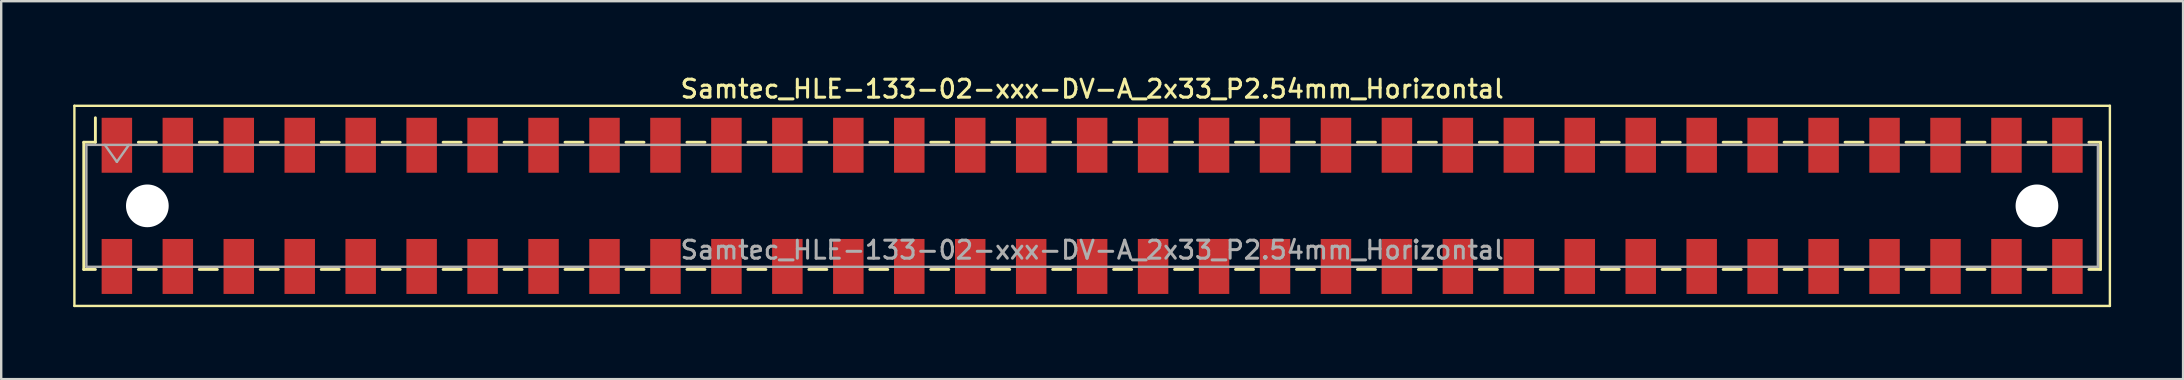
<source format=kicad_pcb>
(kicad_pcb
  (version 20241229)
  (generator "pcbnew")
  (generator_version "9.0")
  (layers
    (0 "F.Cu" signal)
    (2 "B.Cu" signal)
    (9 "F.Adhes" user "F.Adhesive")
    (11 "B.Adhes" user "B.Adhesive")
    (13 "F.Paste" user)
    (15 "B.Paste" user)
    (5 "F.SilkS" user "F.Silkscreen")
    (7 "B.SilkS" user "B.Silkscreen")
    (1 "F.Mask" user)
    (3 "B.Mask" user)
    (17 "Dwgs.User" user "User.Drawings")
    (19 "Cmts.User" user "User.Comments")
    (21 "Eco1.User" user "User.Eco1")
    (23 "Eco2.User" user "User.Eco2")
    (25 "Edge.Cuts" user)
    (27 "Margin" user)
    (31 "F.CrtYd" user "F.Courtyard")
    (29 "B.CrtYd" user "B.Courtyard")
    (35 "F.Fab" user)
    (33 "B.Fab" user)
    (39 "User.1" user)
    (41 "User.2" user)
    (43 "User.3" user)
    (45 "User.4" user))
  (footprint "Samtec_HLE-133-02-xxx-DV-A_2x33_P2.54mm_Horizontal"
    (layer "F.Cu")
    (at 42.46 5.528)
    (property "Reference" "Samtec_HLE-133-02-xxx-DV-A_2x33_P2.54mm_Horizontal" (at 0 -4.87 0) (layer "F.SilkS") (effects (font (size 0.75 0.75) (thickness 0.125))))
    (attr smd)
    (fp_line (start -42.41 -4.17) (end 42.41 -4.17) (stroke (width 0.1) (type solid)) (layer "F.SilkS"))
    (fp_line (start -42.41 4.17) (end -42.41 -4.17) (stroke (width 0.1) (type solid)) (layer "F.SilkS"))
    (fp_line (start -42.02 -2.65) (end -42.02 2.65) (stroke (width 0.12) (type solid)) (layer "F.SilkS"))
    (fp_line (start -42.02 2.65) (end -41.535 2.65) (stroke (width 0.12) (type solid)) (layer "F.SilkS"))
    (fp_line (start -41.535 -3.67) (end -41.535 -2.65) (stroke (width 0.12) (type solid)) (layer "F.SilkS"))
    (fp_line (start -41.535 -2.65) (end -42.02 -2.65) (stroke (width 0.12) (type solid)) (layer "F.SilkS"))
    (fp_line (start -39.745 -2.65) (end -38.995 -2.65) (stroke (width 0.12) (type solid)) (layer "F.SilkS"))
    (fp_line (start -39.745 2.65) (end -38.995 2.65) (stroke (width 0.12) (type solid)) (layer "F.SilkS"))
    (fp_line (start -37.205 -2.65) (end -36.455 -2.65) (stroke (width 0.12) (type solid)) (layer "F.SilkS"))
    (fp_line (start -37.205 2.65) (end -36.455 2.65) (stroke (width 0.12) (type solid)) (layer "F.SilkS"))
    (fp_line (start -34.665 -2.65) (end -33.915 -2.65) (stroke (width 0.12) (type solid)) (layer "F.SilkS"))
    (fp_line (start -34.665 2.65) (end -33.915 2.65) (stroke (width 0.12) (type solid)) (layer "F.SilkS"))
    (fp_line (start -32.125 -2.65) (end -31.375 -2.65) (stroke (width 0.12) (type solid)) (layer "F.SilkS"))
    (fp_line (start -32.125 2.65) (end -31.375 2.65) (stroke (width 0.12) (type solid)) (layer "F.SilkS"))
    (fp_line (start -29.585 -2.65) (end -28.835 -2.65) (stroke (width 0.12) (type solid)) (layer "F.SilkS"))
    (fp_line (start -29.585 2.65) (end -28.835 2.65) (stroke (width 0.12) (type solid)) (layer "F.SilkS"))
    (fp_line (start -27.045 -2.65) (end -26.295 -2.65) (stroke (width 0.12) (type solid)) (layer "F.SilkS"))
    (fp_line (start -27.045 2.65) (end -26.295 2.65) (stroke (width 0.12) (type solid)) (layer "F.SilkS"))
    (fp_line (start -24.505 -2.65) (end -23.755 -2.65) (stroke (width 0.12) (type solid)) (layer "F.SilkS"))
    (fp_line (start -24.505 2.65) (end -23.755 2.65) (stroke (width 0.12) (type solid)) (layer "F.SilkS"))
    (fp_line (start -21.965 -2.65) (end -21.215 -2.65) (stroke (width 0.12) (type solid)) (layer "F.SilkS"))
    (fp_line (start -21.965 2.65) (end -21.215 2.65) (stroke (width 0.12) (type solid)) (layer "F.SilkS"))
    (fp_line (start -19.425 -2.65) (end -18.675 -2.65) (stroke (width 0.12) (type solid)) (layer "F.SilkS"))
    (fp_line (start -19.425 2.65) (end -18.675 2.65) (stroke (width 0.12) (type solid)) (layer "F.SilkS"))
    (fp_line (start -16.885 -2.65) (end -16.135 -2.65) (stroke (width 0.12) (type solid)) (layer "F.SilkS"))
    (fp_line (start -16.885 2.65) (end -16.135 2.65) (stroke (width 0.12) (type solid)) (layer "F.SilkS"))
    (fp_line (start -14.345 -2.65) (end -13.595 -2.65) (stroke (width 0.12) (type solid)) (layer "F.SilkS"))
    (fp_line (start -14.345 2.65) (end -13.595 2.65) (stroke (width 0.12) (type solid)) (layer "F.SilkS"))
    (fp_line (start -11.805 -2.65) (end -11.055 -2.65) (stroke (width 0.12) (type solid)) (layer "F.SilkS"))
    (fp_line (start -11.805 2.65) (end -11.055 2.65) (stroke (width 0.12) (type solid)) (layer "F.SilkS"))
    (fp_line (start -9.265 -2.65) (end -8.515 -2.65) (stroke (width 0.12) (type solid)) (layer "F.SilkS"))
    (fp_line (start -9.265 2.65) (end -8.515 2.65) (stroke (width 0.12) (type solid)) (layer "F.SilkS"))
    (fp_line (start -6.725 -2.65) (end -5.975 -2.65) (stroke (width 0.12) (type solid)) (layer "F.SilkS"))
    (fp_line (start -6.725 2.65) (end -5.975 2.65) (stroke (width 0.12) (type solid)) (layer "F.SilkS"))
    (fp_line (start -4.185 -2.65) (end -3.435 -2.65) (stroke (width 0.12) (type solid)) (layer "F.SilkS"))
    (fp_line (start -4.185 2.65) (end -3.435 2.65) (stroke (width 0.12) (type solid)) (layer "F.SilkS"))
    (fp_line (start -1.645 -2.65) (end -0.895 -2.65) (stroke (width 0.12) (type solid)) (layer "F.SilkS"))
    (fp_line (start -1.645 2.65) (end -0.895 2.65) (stroke (width 0.12) (type solid)) (layer "F.SilkS"))
    (fp_line (start 0.895 -2.65) (end 1.645 -2.65) (stroke (width 0.12) (type solid)) (layer "F.SilkS"))
    (fp_line (start 0.895 2.65) (end 1.645 2.65) (stroke (width 0.12) (type solid)) (layer "F.SilkS"))
    (fp_line (start 3.435 -2.65) (end 4.185 -2.65) (stroke (width 0.12) (type solid)) (layer "F.SilkS"))
    (fp_line (start 3.435 2.65) (end 4.185 2.65) (stroke (width 0.12) (type solid)) (layer "F.SilkS"))
    (fp_line (start 5.975 -2.65) (end 6.725 -2.65) (stroke (width 0.12) (type solid)) (layer "F.SilkS"))
    (fp_line (start 5.975 2.65) (end 6.725 2.65) (stroke (width 0.12) (type solid)) (layer "F.SilkS"))
    (fp_line (start 8.515 -2.65) (end 9.265 -2.65) (stroke (width 0.12) (type solid)) (layer "F.SilkS"))
    (fp_line (start 8.515 2.65) (end 9.265 2.65) (stroke (width 0.12) (type solid)) (layer "F.SilkS"))
    (fp_line (start 11.055 -2.65) (end 11.805 -2.65) (stroke (width 0.12) (type solid)) (layer "F.SilkS"))
    (fp_line (start 11.055 2.65) (end 11.805 2.65) (stroke (width 0.12) (type solid)) (layer "F.SilkS"))
    (fp_line (start 13.595 -2.65) (end 14.345 -2.65) (stroke (width 0.12) (type solid)) (layer "F.SilkS"))
    (fp_line (start 13.595 2.65) (end 14.345 2.65) (stroke (width 0.12) (type solid)) (layer "F.SilkS"))
    (fp_line (start 16.135 -2.65) (end 16.885 -2.65) (stroke (width 0.12) (type solid)) (layer "F.SilkS"))
    (fp_line (start 16.135 2.65) (end 16.885 2.65) (stroke (width 0.12) (type solid)) (layer "F.SilkS"))
    (fp_line (start 18.675 -2.65) (end 19.425 -2.65) (stroke (width 0.12) (type solid)) (layer "F.SilkS"))
    (fp_line (start 18.675 2.65) (end 19.425 2.65) (stroke (width 0.12) (type solid)) (layer "F.SilkS"))
    (fp_line (start 21.215 -2.65) (end 21.965 -2.65) (stroke (width 0.12) (type solid)) (layer "F.SilkS"))
    (fp_line (start 21.215 2.65) (end 21.965 2.65) (stroke (width 0.12) (type solid)) (layer "F.SilkS"))
    (fp_line (start 23.755 -2.65) (end 24.505 -2.65) (stroke (width 0.12) (type solid)) (layer "F.SilkS"))
    (fp_line (start 23.755 2.65) (end 24.505 2.65) (stroke (width 0.12) (type solid)) (layer "F.SilkS"))
    (fp_line (start 26.295 -2.65) (end 27.045 -2.65) (stroke (width 0.12) (type solid)) (layer "F.SilkS"))
    (fp_line (start 26.295 2.65) (end 27.045 2.65) (stroke (width 0.12) (type solid)) (layer "F.SilkS"))
    (fp_line (start 28.835 -2.65) (end 29.585 -2.65) (stroke (width 0.12) (type solid)) (layer "F.SilkS"))
    (fp_line (start 28.835 2.65) (end 29.585 2.65) (stroke (width 0.12) (type solid)) (layer "F.SilkS"))
    (fp_line (start 31.375 -2.65) (end 32.125 -2.65) (stroke (width 0.12) (type solid)) (layer "F.SilkS"))
    (fp_line (start 31.375 2.65) (end 32.125 2.65) (stroke (width 0.12) (type solid)) (layer "F.SilkS"))
    (fp_line (start 33.915 -2.65) (end 34.665 -2.65) (stroke (width 0.12) (type solid)) (layer "F.SilkS"))
    (fp_line (start 33.915 2.65) (end 34.665 2.65) (stroke (width 0.12) (type solid)) (layer "F.SilkS"))
    (fp_line (start 36.455 -2.65) (end 37.205 -2.65) (stroke (width 0.12) (type solid)) (layer "F.SilkS"))
    (fp_line (start 36.455 2.65) (end 37.205 2.65) (stroke (width 0.12) (type solid)) (layer "F.SilkS"))
    (fp_line (start 38.995 -2.65) (end 39.745 -2.65) (stroke (width 0.12) (type solid)) (layer "F.SilkS"))
    (fp_line (start 38.995 2.65) (end 39.745 2.65) (stroke (width 0.12) (type solid)) (layer "F.SilkS"))
    (fp_line (start 41.535 -2.65) (end 42.02 -2.65) (stroke (width 0.12) (type solid)) (layer "F.SilkS"))
    (fp_line (start 42.02 -2.65) (end 42.02 2.65) (stroke (width 0.12) (type solid)) (layer "F.SilkS"))
    (fp_line (start 42.02 2.65) (end 41.535 2.65) (stroke (width 0.12) (type solid)) (layer "F.SilkS"))
    (fp_line (start 42.41 -4.17) (end 42.41 4.17) (stroke (width 0.1) (type solid)) (layer "F.SilkS"))
    (fp_line (start 42.41 4.17) (end -42.41 4.17) (stroke (width 0.1) (type solid)) (layer "F.SilkS"))
    (fp_line (start -41.91 -2.54) (end 41.91 -2.54) (stroke (width 0.1) (type solid)) (layer "F.Fab"))
    (fp_line (start -41.91 2.54) (end -41.91 -2.54) (stroke (width 0.1) (type solid)) (layer "F.Fab"))
    (fp_line (start -41.14 -2.54) (end -40.64 -1.833) (stroke (width 0.1) (type solid)) (layer "F.Fab"))
    (fp_line (start -40.64 -1.833) (end -40.14 -2.54) (stroke (width 0.1) (type solid)) (layer "F.Fab"))
    (fp_line (start 41.91 -2.54) (end 41.91 2.54) (stroke (width 0.1) (type solid)) (layer "F.Fab"))
    (fp_line (start 41.91 2.54) (end -41.91 2.54) (stroke (width 0.1) (type solid)) (layer "F.Fab"))
    (fp_text user "${REFERENCE}" (at 0 1.84 0) (layer "F.Fab") (effects (font (size 0.75 0.75) (thickness 0.125))))
    (pad "" np_thru_hole circle (at -39.37 0) (size 1.78 1.78) (drill 1.78) (layers "*.Cu" "*.Mask"))
    (pad "" np_thru_hole circle (at 39.37 0) (size 1.78 1.78) (drill 1.78) (layers "*.Cu" "*.Mask"))
    (pad "1" smd rect (at -40.64 -2.525) (size 1.27 2.29) (layers "F.Cu" "F.Mask" "F.Paste"))
    (pad "2" smd rect (at -40.64 2.525) (size 1.27 2.29) (layers "F.Cu" "F.Mask" "F.Paste"))
    (pad "3" smd rect (at -38.1 -2.525) (size 1.27 2.29) (layers "F.Cu" "F.Mask" "F.Paste"))
    (pad "4" smd rect (at -38.1 2.525) (size 1.27 2.29) (layers "F.Cu" "F.Mask" "F.Paste"))
    (pad "5" smd rect (at -35.56 -2.525) (size 1.27 2.29) (layers "F.Cu" "F.Mask" "F.Paste"))
    (pad "6" smd rect (at -35.56 2.525) (size 1.27 2.29) (layers "F.Cu" "F.Mask" "F.Paste"))
    (pad "7" smd rect (at -33.02 -2.525) (size 1.27 2.29) (layers "F.Cu" "F.Mask" "F.Paste"))
    (pad "8" smd rect (at -33.02 2.525) (size 1.27 2.29) (layers "F.Cu" "F.Mask" "F.Paste"))
    (pad "9" smd rect (at -30.48 -2.525) (size 1.27 2.29) (layers "F.Cu" "F.Mask" "F.Paste"))
    (pad "10" smd rect (at -30.48 2.525) (size 1.27 2.29) (layers "F.Cu" "F.Mask" "F.Paste"))
    (pad "11" smd rect (at -27.94 -2.525) (size 1.27 2.29) (layers "F.Cu" "F.Mask" "F.Paste"))
    (pad "12" smd rect (at -27.94 2.525) (size 1.27 2.29) (layers "F.Cu" "F.Mask" "F.Paste"))
    (pad "13" smd rect (at -25.4 -2.525) (size 1.27 2.29) (layers "F.Cu" "F.Mask" "F.Paste"))
    (pad "14" smd rect (at -25.4 2.525) (size 1.27 2.29) (layers "F.Cu" "F.Mask" "F.Paste"))
    (pad "15" smd rect (at -22.86 -2.525) (size 1.27 2.29) (layers "F.Cu" "F.Mask" "F.Paste"))
    (pad "16" smd rect (at -22.86 2.525) (size 1.27 2.29) (layers "F.Cu" "F.Mask" "F.Paste"))
    (pad "17" smd rect (at -20.32 -2.525) (size 1.27 2.29) (layers "F.Cu" "F.Mask" "F.Paste"))
    (pad "18" smd rect (at -20.32 2.525) (size 1.27 2.29) (layers "F.Cu" "F.Mask" "F.Paste"))
    (pad "19" smd rect (at -17.78 -2.525) (size 1.27 2.29) (layers "F.Cu" "F.Mask" "F.Paste"))
    (pad "20" smd rect (at -17.78 2.525) (size 1.27 2.29) (layers "F.Cu" "F.Mask" "F.Paste"))
    (pad "21" smd rect (at -15.24 -2.525) (size 1.27 2.29) (layers "F.Cu" "F.Mask" "F.Paste"))
    (pad "22" smd rect (at -15.24 2.525) (size 1.27 2.29) (layers "F.Cu" "F.Mask" "F.Paste"))
    (pad "23" smd rect (at -12.7 -2.525) (size 1.27 2.29) (layers "F.Cu" "F.Mask" "F.Paste"))
    (pad "24" smd rect (at -12.7 2.525) (size 1.27 2.29) (layers "F.Cu" "F.Mask" "F.Paste"))
    (pad "25" smd rect (at -10.16 -2.525) (size 1.27 2.29) (layers "F.Cu" "F.Mask" "F.Paste"))
    (pad "26" smd rect (at -10.16 2.525) (size 1.27 2.29) (layers "F.Cu" "F.Mask" "F.Paste"))
    (pad "27" smd rect (at -7.62 -2.525) (size 1.27 2.29) (layers "F.Cu" "F.Mask" "F.Paste"))
    (pad "28" smd rect (at -7.62 2.525) (size 1.27 2.29) (layers "F.Cu" "F.Mask" "F.Paste"))
    (pad "29" smd rect (at -5.08 -2.525) (size 1.27 2.29) (layers "F.Cu" "F.Mask" "F.Paste"))
    (pad "30" smd rect (at -5.08 2.525) (size 1.27 2.29) (layers "F.Cu" "F.Mask" "F.Paste"))
    (pad "31" smd rect (at -2.54 -2.525) (size 1.27 2.29) (layers "F.Cu" "F.Mask" "F.Paste"))
    (pad "32" smd rect (at -2.54 2.525) (size 1.27 2.29) (layers "F.Cu" "F.Mask" "F.Paste"))
    (pad "33" smd rect (at 0 -2.525) (size 1.27 2.29) (layers "F.Cu" "F.Mask" "F.Paste"))
    (pad "34" smd rect (at 0 2.525) (size 1.27 2.29) (layers "F.Cu" "F.Mask" "F.Paste"))
    (pad "35" smd rect (at 2.54 -2.525) (size 1.27 2.29) (layers "F.Cu" "F.Mask" "F.Paste"))
    (pad "36" smd rect (at 2.54 2.525) (size 1.27 2.29) (layers "F.Cu" "F.Mask" "F.Paste"))
    (pad "37" smd rect (at 5.08 -2.525) (size 1.27 2.29) (layers "F.Cu" "F.Mask" "F.Paste"))
    (pad "38" smd rect (at 5.08 2.525) (size 1.27 2.29) (layers "F.Cu" "F.Mask" "F.Paste"))
    (pad "39" smd rect (at 7.62 -2.525) (size 1.27 2.29) (layers "F.Cu" "F.Mask" "F.Paste"))
    (pad "40" smd rect (at 7.62 2.525) (size 1.27 2.29) (layers "F.Cu" "F.Mask" "F.Paste"))
    (pad "41" smd rect (at 10.16 -2.525) (size 1.27 2.29) (layers "F.Cu" "F.Mask" "F.Paste"))
    (pad "42" smd rect (at 10.16 2.525) (size 1.27 2.29) (layers "F.Cu" "F.Mask" "F.Paste"))
    (pad "43" smd rect (at 12.7 -2.525) (size 1.27 2.29) (layers "F.Cu" "F.Mask" "F.Paste"))
    (pad "44" smd rect (at 12.7 2.525) (size 1.27 2.29) (layers "F.Cu" "F.Mask" "F.Paste"))
    (pad "45" smd rect (at 15.24 -2.525) (size 1.27 2.29) (layers "F.Cu" "F.Mask" "F.Paste"))
    (pad "46" smd rect (at 15.24 2.525) (size 1.27 2.29) (layers "F.Cu" "F.Mask" "F.Paste"))
    (pad "47" smd rect (at 17.78 -2.525) (size 1.27 2.29) (layers "F.Cu" "F.Mask" "F.Paste"))
    (pad "48" smd rect (at 17.78 2.525) (size 1.27 2.29) (layers "F.Cu" "F.Mask" "F.Paste"))
    (pad "49" smd rect (at 20.32 -2.525) (size 1.27 2.29) (layers "F.Cu" "F.Mask" "F.Paste"))
    (pad "50" smd rect (at 20.32 2.525) (size 1.27 2.29) (layers "F.Cu" "F.Mask" "F.Paste"))
    (pad "51" smd rect (at 22.86 -2.525) (size 1.27 2.29) (layers "F.Cu" "F.Mask" "F.Paste"))
    (pad "52" smd rect (at 22.86 2.525) (size 1.27 2.29) (layers "F.Cu" "F.Mask" "F.Paste"))
    (pad "53" smd rect (at 25.4 -2.525) (size 1.27 2.29) (layers "F.Cu" "F.Mask" "F.Paste"))
    (pad "54" smd rect (at 25.4 2.525) (size 1.27 2.29) (layers "F.Cu" "F.Mask" "F.Paste"))
    (pad "55" smd rect (at 27.94 -2.525) (size 1.27 2.29) (layers "F.Cu" "F.Mask" "F.Paste"))
    (pad "56" smd rect (at 27.94 2.525) (size 1.27 2.29) (layers "F.Cu" "F.Mask" "F.Paste"))
    (pad "57" smd rect (at 30.48 -2.525) (size 1.27 2.29) (layers "F.Cu" "F.Mask" "F.Paste"))
    (pad "58" smd rect (at 30.48 2.525) (size 1.27 2.29) (layers "F.Cu" "F.Mask" "F.Paste"))
    (pad "59" smd rect (at 33.02 -2.525) (size 1.27 2.29) (layers "F.Cu" "F.Mask" "F.Paste"))
    (pad "60" smd rect (at 33.02 2.525) (size 1.27 2.29) (layers "F.Cu" "F.Mask" "F.Paste"))
    (pad "61" smd rect (at 35.56 -2.525) (size 1.27 2.29) (layers "F.Cu" "F.Mask" "F.Paste"))
    (pad "62" smd rect (at 35.56 2.525) (size 1.27 2.29) (layers "F.Cu" "F.Mask" "F.Paste"))
    (pad "63" smd rect (at 38.1 -2.525) (size 1.27 2.29) (layers "F.Cu" "F.Mask" "F.Paste"))
    (pad "64" smd rect (at 38.1 2.525) (size 1.27 2.29) (layers "F.Cu" "F.Mask" "F.Paste"))
    (pad "65" smd rect (at 40.64 -2.525) (size 1.27 2.29) (layers "F.Cu" "F.Mask" "F.Paste"))
    (pad "66" smd rect (at 40.64 2.525) (size 1.27 2.29) (layers "F.Cu" "F.Mask" "F.Paste")))
  (gr_rect
    (start -3 -3)
    (end 87.92 12.748)
    (stroke (width 0.1) (type default))
    (fill no)
    (layer "Edge.Cuts")))
</source>
